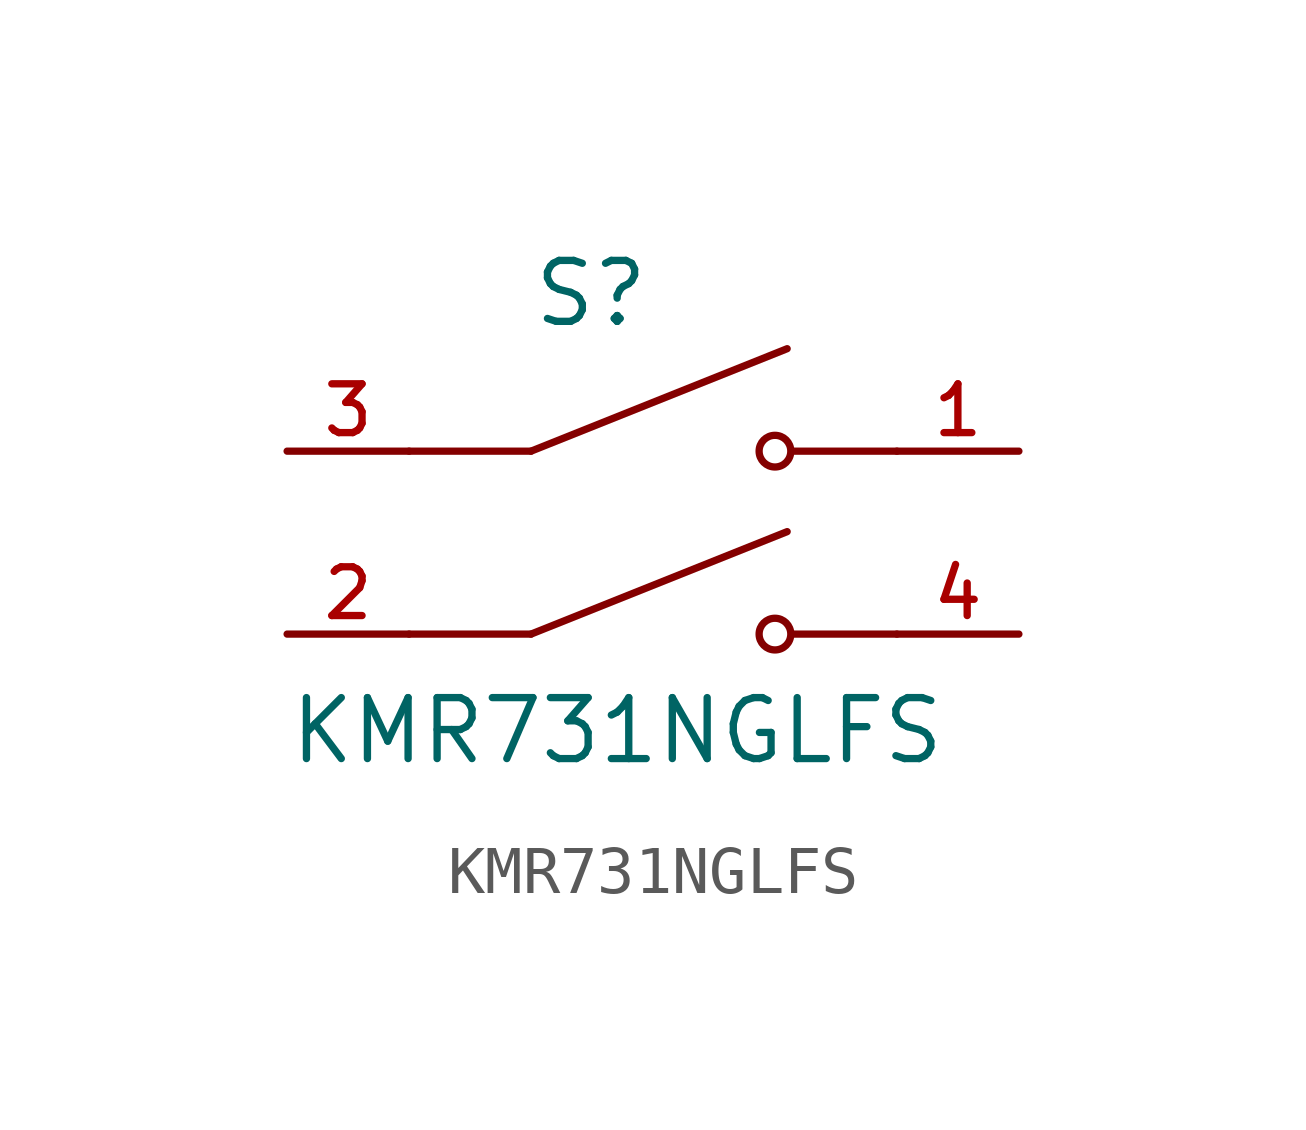
<source format=kicad_sym>
(kicad_symbol_lib
  (version 20231120)
  (generator "kicad_symbol_editor")
  (generator_version "8.0")
  (symbol "KMR731NGLFS"
    (pin_names
      (offset 1.016))
    (property "Reference" "S"
      (at -2.54 2.54 0)
      (effects (font (size 1.27 1.27)) (justify left bottom)))
    (property "Value" "KMR731NGLFS"
      (at -7.62 -5.08 0)
      (effects (font (size 1.27 1.27)) (justify left top)))
    (symbol "KMR731NGLFS_0_0"
      (polyline (pts (xy -2.54 -3.81) (xy -5.08 -3.81)) (stroke (width 0.152) (type default)) (fill (type none)))
      (polyline (pts (xy -2.54 -3.81) (xy 2.794 -1.676)) (stroke (width 0.152) (type default)) (fill (type none)))
      (polyline (pts (xy -2.54 0) (xy -5.08 0)) (stroke (width 0.152) (type default)) (fill (type none)))
      (polyline (pts (xy -2.54 0) (xy 2.794 2.134)) (stroke (width 0.152) (type default)) (fill (type none)))
      (polyline (pts (xy 5.08 -3.81) (xy 2.921 -3.81)) (stroke (width 0.152) (type default)) (fill (type none)))
      (polyline (pts (xy 5.08 0) (xy 2.921 0)) (stroke (width 0.152) (type default)) (fill (type none)))
      (circle (center 2.54 -3.81) (radius 0.33) (stroke (width 0.152) (type default)) (fill (type none)))
      (circle (center 2.54 0) (radius 0.33) (stroke (width 0.152) (type default)) (fill (type none)))
      (pin passive line (at 7.62 0 180) (length 2.54) (name "~" (effects (font (size 1.016 1.016)))) (number "1" (effects (font (size 1.016 1.016)))))
      (pin passive line (at -7.62 0 0) (length 2.54) (name "~" (effects (font (size 1.016 1.016)))) (number "3" (effects (font (size 1.016 1.016))))))
    (symbol "KMR731NGLFS_1_0"
      (pin passive line (at -7.62 -3.81 0) (length 2.54) (name "~" (effects (font (size 1.016 1.016)))) (number "2" (effects (font (size 1.016 1.016)))))
      (pin passive line (at 7.62 -3.81 180) (length 2.54) (name "~" (effects (font (size 1.016 1.016)))) (number "4" (effects (font (size 1.016 1.016))))))))
</source>
